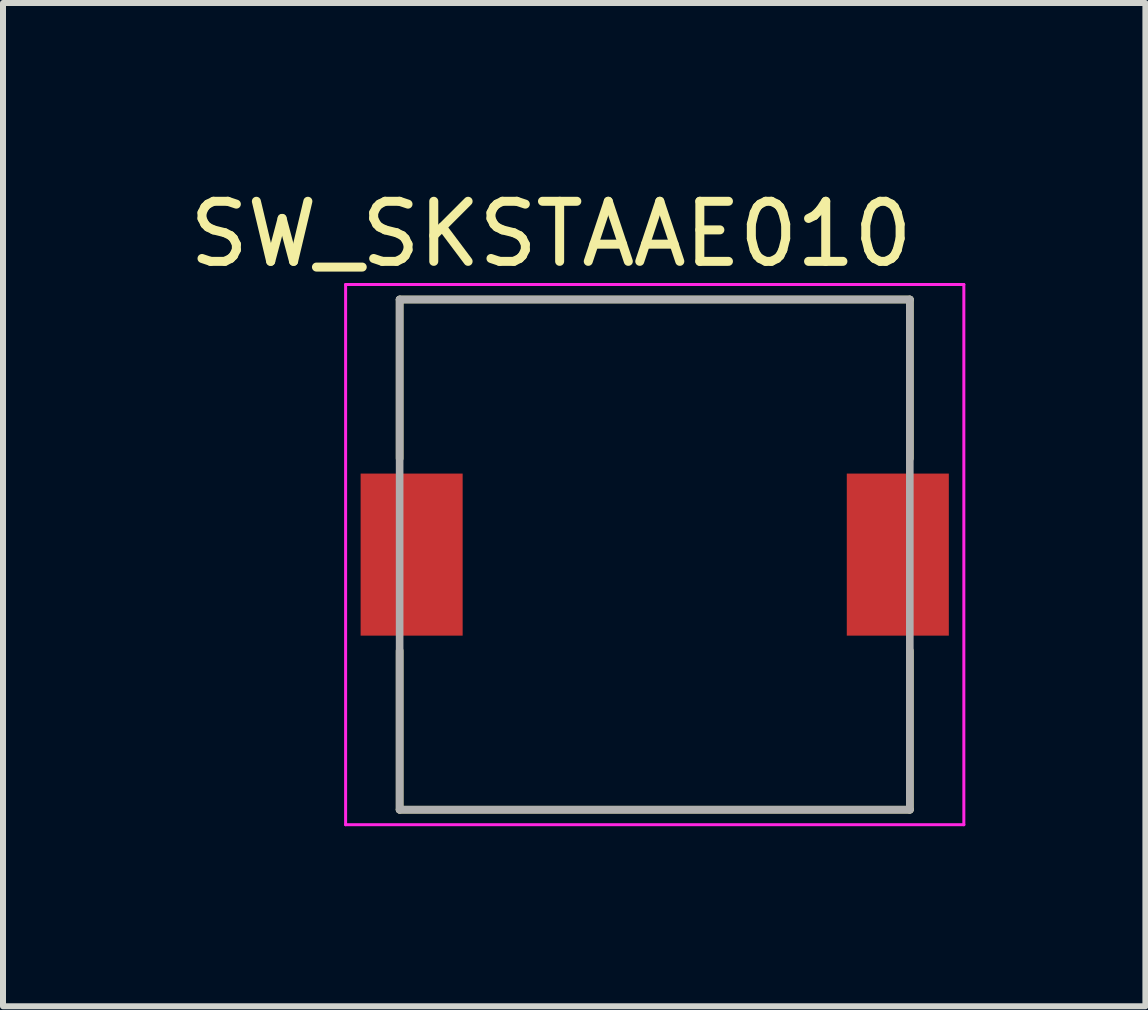
<source format=kicad_pcb>
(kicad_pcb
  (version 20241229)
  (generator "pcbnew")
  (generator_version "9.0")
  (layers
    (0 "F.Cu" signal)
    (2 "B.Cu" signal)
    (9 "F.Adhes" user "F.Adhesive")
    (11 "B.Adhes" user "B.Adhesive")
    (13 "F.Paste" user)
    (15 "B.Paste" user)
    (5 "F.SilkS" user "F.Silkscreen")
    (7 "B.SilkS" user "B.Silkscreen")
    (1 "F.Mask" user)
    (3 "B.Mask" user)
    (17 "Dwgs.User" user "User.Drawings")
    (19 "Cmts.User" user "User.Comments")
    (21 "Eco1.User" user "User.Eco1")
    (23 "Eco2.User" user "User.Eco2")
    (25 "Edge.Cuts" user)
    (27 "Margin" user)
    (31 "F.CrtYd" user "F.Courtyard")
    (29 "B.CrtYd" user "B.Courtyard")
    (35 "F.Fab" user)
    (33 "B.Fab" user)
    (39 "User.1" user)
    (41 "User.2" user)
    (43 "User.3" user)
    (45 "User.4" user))
  (footprint "SW_SKSTAAE010"
    (layer "F.Cu")
    (at 7.858 6.19)
    (property "Reference" "SW_SKSTAAE010" (at -1.727 -5.341 0) (layer "F.SilkS") (effects (font (size 1.001 1.001) (thickness 0.15))))
    (attr smd)
    (fp_line (start -4.25 -4.25) (end 4.25 -4.25) (stroke (width 0.127) (type solid)) (layer "F.SilkS"))
    (fp_line (start -4.25 -1.6) (end -4.25 -4.25) (stroke (width 0.127) (type solid)) (layer "F.SilkS"))
    (fp_line (start -4.25 4.25) (end -4.25 1.6) (stroke (width 0.127) (type solid)) (layer "F.SilkS"))
    (fp_line (start 4.25 -4.25) (end 4.25 -1.6) (stroke (width 0.127) (type solid)) (layer "F.SilkS"))
    (fp_line (start 4.25 1.6) (end 4.25 4.25) (stroke (width 0.127) (type solid)) (layer "F.SilkS"))
    (fp_line (start 4.25 4.25) (end -4.25 4.25) (stroke (width 0.127) (type solid)) (layer "F.SilkS"))
    (fp_line (start -5.15 -4.5) (end 5.15 -4.5) (stroke (width 0.05) (type solid)) (layer "F.CrtYd"))
    (fp_line (start -5.15 4.5) (end -5.15 -4.5) (stroke (width 0.05) (type solid)) (layer "F.CrtYd"))
    (fp_line (start 5.15 -4.5) (end 5.15 4.5) (stroke (width 0.05) (type solid)) (layer "F.CrtYd"))
    (fp_line (start 5.15 4.5) (end -5.15 4.5) (stroke (width 0.05) (type solid)) (layer "F.CrtYd"))
    (fp_line (start -4.25 -4.25) (end 4.25 -4.25) (stroke (width 0.127) (type solid)) (layer "F.Fab"))
    (fp_line (start -4.25 4.25) (end -4.25 -4.25) (stroke (width 0.127) (type solid)) (layer "F.Fab"))
    (fp_line (start 4.25 -4.25) (end 4.25 4.25) (stroke (width 0.127) (type solid)) (layer "F.Fab"))
    (fp_line (start 4.25 4.25) (end -4.25 4.25) (stroke (width 0.127) (type solid)) (layer "F.Fab"))
    (pad "1" smd rect (at -4.05 0) (size 1.7 2.7) (layers "F.Cu" "F.Mask" "F.Paste"))
    (pad "2" smd rect (at 4.05 0) (size 1.7 2.7) (layers "F.Cu" "F.Mask" "F.Paste")))
  (gr_rect
    (start -3 -3)
    (end 16.033 13.715)
    (stroke (width 0.1) (type default))
    (fill no)
    (layer "Edge.Cuts")))
</source>
